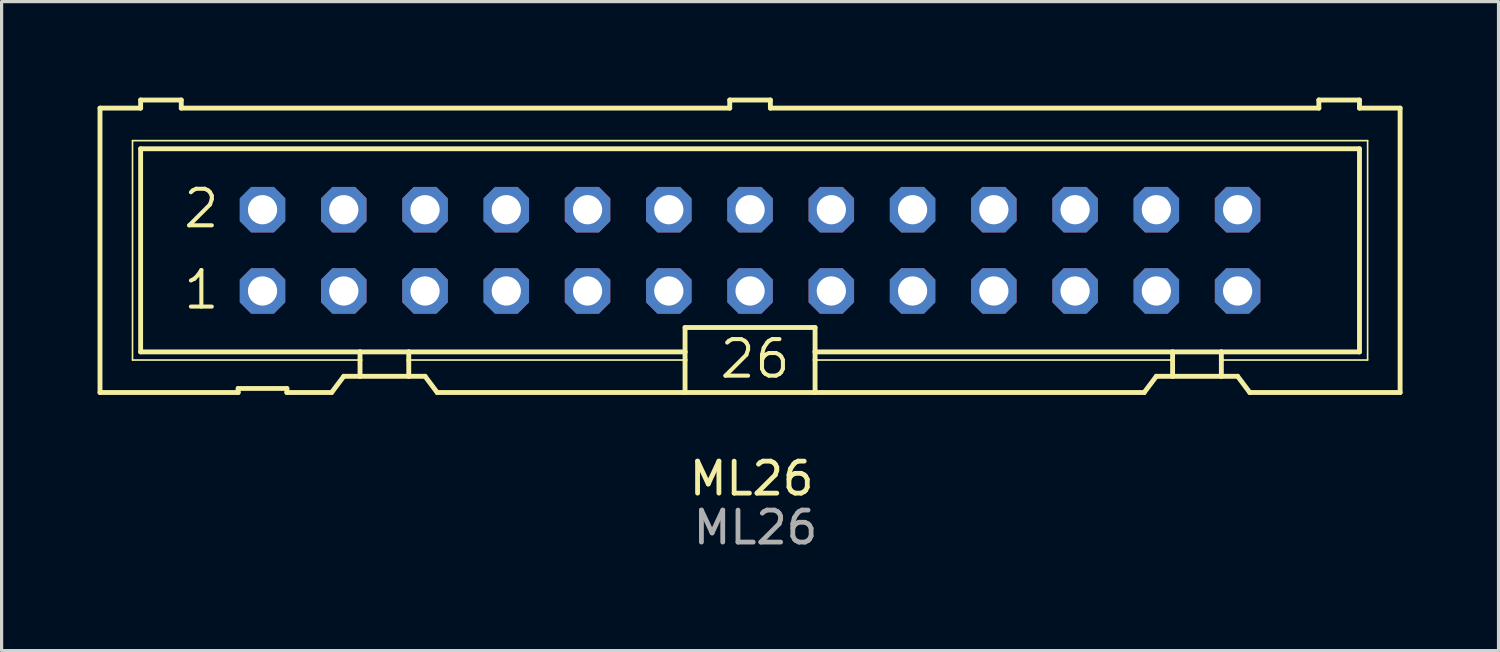
<source format=kicad_pcb>
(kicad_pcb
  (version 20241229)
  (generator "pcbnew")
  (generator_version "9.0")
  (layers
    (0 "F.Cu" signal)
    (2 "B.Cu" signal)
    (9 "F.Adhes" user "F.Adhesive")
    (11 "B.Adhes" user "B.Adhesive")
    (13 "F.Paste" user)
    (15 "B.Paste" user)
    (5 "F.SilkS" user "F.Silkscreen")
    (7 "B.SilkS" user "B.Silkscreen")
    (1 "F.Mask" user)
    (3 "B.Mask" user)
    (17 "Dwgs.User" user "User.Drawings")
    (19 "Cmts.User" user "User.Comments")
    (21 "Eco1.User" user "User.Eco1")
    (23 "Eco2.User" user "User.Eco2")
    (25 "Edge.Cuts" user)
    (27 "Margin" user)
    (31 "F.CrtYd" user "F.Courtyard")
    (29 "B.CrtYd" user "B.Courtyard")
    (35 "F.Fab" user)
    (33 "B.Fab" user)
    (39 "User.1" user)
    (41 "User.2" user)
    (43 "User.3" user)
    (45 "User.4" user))
  (footprint "ML26"
    (layer "F.Cu")
    (at 20.396 6.72)
    (property "Reference" "ML26" (at 0.05 5.19 0) (unlocked yes) (layer "F.SilkS") (effects (font (size 1 1) (thickness 0.15))))
    (attr smd)
    (fp_line (start -20.32 -6.39) (end -20.32 2.5) (stroke (width 0.152) (type solid)) (layer "F.SilkS"))
    (fp_line (start -20.32 -6.39) (end -19.05 -6.39) (stroke (width 0.152) (type solid)) (layer "F.SilkS"))
    (fp_line (start -20.32 2.5) (end -16.002 2.5) (stroke (width 0.152) (type solid)) (layer "F.SilkS"))
    (fp_line (start -19.304 -5.374) (end -19.304 1.484) (stroke (width 0.051) (type solid)) (layer "F.SilkS"))
    (fp_line (start -19.304 1.484) (end -12.192 1.484) (stroke (width 0.051) (type solid)) (layer "F.SilkS"))
    (fp_line (start -19.05 -6.644) (end -19.05 -6.39) (stroke (width 0.152) (type solid)) (layer "F.SilkS"))
    (fp_line (start -19.05 -5.12) (end -19.05 1.23) (stroke (width 0.152) (type solid)) (layer "F.SilkS"))
    (fp_line (start -19.05 -5.12) (end 19.05 -5.12) (stroke (width 0.152) (type solid)) (layer "F.SilkS"))
    (fp_line (start -17.78 -6.644) (end -19.05 -6.644) (stroke (width 0.152) (type solid)) (layer "F.SilkS"))
    (fp_line (start -17.78 -6.644) (end -17.78 -6.39) (stroke (width 0.152) (type solid)) (layer "F.SilkS"))
    (fp_line (start -17.78 -6.39) (end -0.635 -6.39) (stroke (width 0.152) (type solid)) (layer "F.SilkS"))
    (fp_line (start -16.002 2.373) (end -16.002 2.5) (stroke (width 0.152) (type solid)) (layer "F.SilkS"))
    (fp_line (start -16.002 2.373) (end -14.478 2.373) (stroke (width 0.152) (type solid)) (layer "F.SilkS"))
    (fp_line (start -14.478 2.5) (end -14.478 2.373) (stroke (width 0.152) (type solid)) (layer "F.SilkS"))
    (fp_line (start -14.478 2.5) (end -13.081 2.5) (stroke (width 0.152) (type solid)) (layer "F.SilkS"))
    (fp_line (start -13.081 2.5) (end -12.7 1.992) (stroke (width 0.152) (type solid)) (layer "F.SilkS"))
    (fp_line (start -12.192 1.23) (end -19.05 1.23) (stroke (width 0.152) (type solid)) (layer "F.SilkS"))
    (fp_line (start -12.192 1.23) (end -12.192 1.484) (stroke (width 0.152) (type solid)) (layer "F.SilkS"))
    (fp_line (start -12.192 1.484) (end -12.192 1.992) (stroke (width 0.152) (type solid)) (layer "F.SilkS"))
    (fp_line (start -12.192 1.992) (end -12.7 1.992) (stroke (width 0.152) (type solid)) (layer "F.SilkS"))
    (fp_line (start -10.668 1.23) (end -12.192 1.23) (stroke (width 0.152) (type solid)) (layer "F.SilkS"))
    (fp_line (start -10.668 1.23) (end -10.668 1.484) (stroke (width 0.152) (type solid)) (layer "F.SilkS"))
    (fp_line (start -10.668 1.484) (end -10.668 1.992) (stroke (width 0.152) (type solid)) (layer "F.SilkS"))
    (fp_line (start -10.668 1.484) (end -2.032 1.484) (stroke (width 0.051) (type solid)) (layer "F.SilkS"))
    (fp_line (start -10.668 1.992) (end -12.192 1.992) (stroke (width 0.152) (type solid)) (layer "F.SilkS"))
    (fp_line (start -10.16 1.992) (end -10.668 1.992) (stroke (width 0.152) (type solid)) (layer "F.SilkS"))
    (fp_line (start -10.16 1.992) (end -9.779 2.5) (stroke (width 0.152) (type solid)) (layer "F.SilkS"))
    (fp_line (start -9.779 2.5) (end -2.032 2.5) (stroke (width 0.152) (type solid)) (layer "F.SilkS"))
    (fp_line (start -2.032 1.23) (end -10.668 1.23) (stroke (width 0.152) (type solid)) (layer "F.SilkS"))
    (fp_line (start -2.032 1.23) (end -2.032 0.468) (stroke (width 0.152) (type solid)) (layer "F.SilkS"))
    (fp_line (start -2.032 1.23) (end -2.032 1.484) (stroke (width 0.152) (type solid)) (layer "F.SilkS"))
    (fp_line (start -2.032 1.484) (end -2.032 2.5) (stroke (width 0.152) (type solid)) (layer "F.SilkS"))
    (fp_line (start -0.635 -6.644) (end -0.635 -6.39) (stroke (width 0.152) (type solid)) (layer "F.SilkS"))
    (fp_line (start 0.635 -6.644) (end -0.635 -6.644) (stroke (width 0.152) (type solid)) (layer "F.SilkS"))
    (fp_line (start 0.635 -6.644) (end 0.635 -6.39) (stroke (width 0.152) (type solid)) (layer "F.SilkS"))
    (fp_line (start 0.635 -6.39) (end 17.78 -6.39) (stroke (width 0.152) (type solid)) (layer "F.SilkS"))
    (fp_line (start 2.032 0.468) (end -2.032 0.468) (stroke (width 0.152) (type solid)) (layer "F.SilkS"))
    (fp_line (start 2.032 0.468) (end 2.032 1.23) (stroke (width 0.152) (type solid)) (layer "F.SilkS"))
    (fp_line (start 2.032 1.23) (end 2.032 1.484) (stroke (width 0.152) (type solid)) (layer "F.SilkS"))
    (fp_line (start 2.032 1.484) (end 2.032 2.5) (stroke (width 0.152) (type solid)) (layer "F.SilkS"))
    (fp_line (start 2.032 2.5) (end -2.032 2.5) (stroke (width 0.152) (type solid)) (layer "F.SilkS"))
    (fp_line (start 12.319 2.5) (end 2.032 2.5) (stroke (width 0.152) (type solid)) (layer "F.SilkS"))
    (fp_line (start 12.319 2.5) (end 12.7 1.992) (stroke (width 0.152) (type solid)) (layer "F.SilkS"))
    (fp_line (start 13.208 1.23) (end 2.032 1.23) (stroke (width 0.152) (type solid)) (layer "F.SilkS"))
    (fp_line (start 13.208 1.23) (end 13.208 1.484) (stroke (width 0.152) (type solid)) (layer "F.SilkS"))
    (fp_line (start 13.208 1.484) (end 2.032 1.484) (stroke (width 0.051) (type solid)) (layer "F.SilkS"))
    (fp_line (start 13.208 1.484) (end 13.208 1.992) (stroke (width 0.152) (type solid)) (layer "F.SilkS"))
    (fp_line (start 13.208 1.992) (end 12.7 1.992) (stroke (width 0.152) (type solid)) (layer "F.SilkS"))
    (fp_line (start 14.732 1.23) (end 13.208 1.23) (stroke (width 0.152) (type solid)) (layer "F.SilkS"))
    (fp_line (start 14.732 1.23) (end 14.732 1.484) (stroke (width 0.152) (type solid)) (layer "F.SilkS"))
    (fp_line (start 14.732 1.484) (end 14.732 1.992) (stroke (width 0.152) (type solid)) (layer "F.SilkS"))
    (fp_line (start 14.732 1.484) (end 19.304 1.484) (stroke (width 0.051) (type solid)) (layer "F.SilkS"))
    (fp_line (start 14.732 1.992) (end 13.208 1.992) (stroke (width 0.152) (type solid)) (layer "F.SilkS"))
    (fp_line (start 15.24 1.992) (end 14.732 1.992) (stroke (width 0.152) (type solid)) (layer "F.SilkS"))
    (fp_line (start 15.24 1.992) (end 15.621 2.5) (stroke (width 0.152) (type solid)) (layer "F.SilkS"))
    (fp_line (start 17.78 -6.39) (end 17.78 -6.644) (stroke (width 0.152) (type solid)) (layer "F.SilkS"))
    (fp_line (start 19.05 -6.644) (end 17.78 -6.644) (stroke (width 0.152) (type solid)) (layer "F.SilkS"))
    (fp_line (start 19.05 -6.39) (end 19.05 -6.644) (stroke (width 0.152) (type solid)) (layer "F.SilkS"))
    (fp_line (start 19.05 -6.39) (end 20.32 -6.39) (stroke (width 0.152) (type solid)) (layer "F.SilkS"))
    (fp_line (start 19.05 1.23) (end 14.732 1.23) (stroke (width 0.152) (type solid)) (layer "F.SilkS"))
    (fp_line (start 19.05 1.23) (end 19.05 -5.12) (stroke (width 0.152) (type solid)) (layer "F.SilkS"))
    (fp_line (start 19.304 -5.374) (end -19.304 -5.374) (stroke (width 0.051) (type solid)) (layer "F.SilkS"))
    (fp_line (start 19.304 1.484) (end 19.304 -5.374) (stroke (width 0.051) (type solid)) (layer "F.SilkS"))
    (fp_line (start 20.32 2.5) (end 15.621 2.5) (stroke (width 0.152) (type solid)) (layer "F.SilkS"))
    (fp_line (start 20.32 2.5) (end 20.32 -6.39) (stroke (width 0.152) (type solid)) (layer "F.SilkS"))
    (fp_poly (pts (xy -15.494 -2.961) (xy -14.986 -2.961) (xy -14.986 -3.469) (xy -15.494 -3.469)) (stroke (width 0.1) (type solid)) (fill no) (layer "F.Fab"))
    (fp_poly (pts (xy -15.494 -0.421) (xy -14.986 -0.421) (xy -14.986 -0.929) (xy -15.494 -0.929)) (stroke (width 0.1) (type solid)) (fill no) (layer "F.Fab"))
    (fp_poly (pts (xy -12.954 -2.961) (xy -12.446 -2.961) (xy -12.446 -3.469) (xy -12.954 -3.469)) (stroke (width 0.1) (type solid)) (fill no) (layer "F.Fab"))
    (fp_poly (pts (xy -12.954 -0.421) (xy -12.446 -0.421) (xy -12.446 -0.929) (xy -12.954 -0.929)) (stroke (width 0.1) (type solid)) (fill no) (layer "F.Fab"))
    (fp_poly (pts (xy -10.414 -2.961) (xy -9.906 -2.961) (xy -9.906 -3.469) (xy -10.414 -3.469)) (stroke (width 0.1) (type solid)) (fill no) (layer "F.Fab"))
    (fp_poly (pts (xy -10.414 -0.421) (xy -9.906 -0.421) (xy -9.906 -0.929) (xy -10.414 -0.929)) (stroke (width 0.1) (type solid)) (fill no) (layer "F.Fab"))
    (fp_poly (pts (xy -7.874 -2.961) (xy -7.366 -2.961) (xy -7.366 -3.469) (xy -7.874 -3.469)) (stroke (width 0.1) (type solid)) (fill no) (layer "F.Fab"))
    (fp_poly (pts (xy -7.874 -0.421) (xy -7.366 -0.421) (xy -7.366 -0.929) (xy -7.874 -0.929)) (stroke (width 0.1) (type solid)) (fill no) (layer "F.Fab"))
    (fp_poly (pts (xy -5.334 -2.961) (xy -4.826 -2.961) (xy -4.826 -3.469) (xy -5.334 -3.469)) (stroke (width 0.1) (type solid)) (fill no) (layer "F.Fab"))
    (fp_poly (pts (xy -5.334 -0.421) (xy -4.826 -0.421) (xy -4.826 -0.929) (xy -5.334 -0.929)) (stroke (width 0.1) (type solid)) (fill no) (layer "F.Fab"))
    (fp_poly (pts (xy -2.794 -2.961) (xy -2.286 -2.961) (xy -2.286 -3.469) (xy -2.794 -3.469)) (stroke (width 0.1) (type solid)) (fill no) (layer "F.Fab"))
    (fp_poly (pts (xy -2.794 -0.421) (xy -2.286 -0.421) (xy -2.286 -0.929) (xy -2.794 -0.929)) (stroke (width 0.1) (type solid)) (fill no) (layer "F.Fab"))
    (fp_poly (pts (xy -0.254 -2.961) (xy 0.254 -2.961) (xy 0.254 -3.469) (xy -0.254 -3.469)) (stroke (width 0.1) (type solid)) (fill no) (layer "F.Fab"))
    (fp_poly (pts (xy -0.254 -0.421) (xy 0.254 -0.421) (xy 0.254 -0.929) (xy -0.254 -0.929)) (stroke (width 0.1) (type solid)) (fill no) (layer "F.Fab"))
    (fp_poly (pts (xy 2.286 -2.961) (xy 2.794 -2.961) (xy 2.794 -3.469) (xy 2.286 -3.469)) (stroke (width 0.1) (type solid)) (fill no) (layer "F.Fab"))
    (fp_poly (pts (xy 2.286 -0.421) (xy 2.794 -0.421) (xy 2.794 -0.929) (xy 2.286 -0.929)) (stroke (width 0.1) (type solid)) (fill no) (layer "F.Fab"))
    (fp_poly (pts (xy 4.826 -2.961) (xy 5.334 -2.961) (xy 5.334 -3.469) (xy 4.826 -3.469)) (stroke (width 0.1) (type solid)) (fill no) (layer "F.Fab"))
    (fp_poly (pts (xy 4.826 -0.421) (xy 5.334 -0.421) (xy 5.334 -0.929) (xy 4.826 -0.929)) (stroke (width 0.1) (type solid)) (fill no) (layer "F.Fab"))
    (fp_poly (pts (xy 7.366 -2.961) (xy 7.874 -2.961) (xy 7.874 -3.469) (xy 7.366 -3.469)) (stroke (width 0.1) (type solid)) (fill no) (layer "F.Fab"))
    (fp_poly (pts (xy 7.366 -0.421) (xy 7.874 -0.421) (xy 7.874 -0.929) (xy 7.366 -0.929)) (stroke (width 0.1) (type solid)) (fill no) (layer "F.Fab"))
    (fp_poly (pts (xy 9.906 -2.961) (xy 10.414 -2.961) (xy 10.414 -3.469) (xy 9.906 -3.469)) (stroke (width 0.1) (type solid)) (fill no) (layer "F.Fab"))
    (fp_poly (pts (xy 9.906 -0.421) (xy 10.414 -0.421) (xy 10.414 -0.929) (xy 9.906 -0.929)) (stroke (width 0.1) (type solid)) (fill no) (layer "F.Fab"))
    (fp_poly (pts (xy 12.446 -2.961) (xy 12.954 -2.961) (xy 12.954 -3.469) (xy 12.446 -3.469)) (stroke (width 0.1) (type solid)) (fill no) (layer "F.Fab"))
    (fp_poly (pts (xy 12.446 -0.421) (xy 12.954 -0.421) (xy 12.954 -0.929) (xy 12.446 -0.929)) (stroke (width 0.1) (type solid)) (fill no) (layer "F.Fab"))
    (fp_poly (pts (xy 14.986 -2.961) (xy 15.494 -2.961) (xy 15.494 -3.469) (xy 14.986 -3.469)) (stroke (width 0.1) (type solid)) (fill no) (layer "F.Fab"))
    (fp_poly (pts (xy 14.986 -0.421) (xy 15.494 -0.421) (xy 15.494 -0.929) (xy 14.986 -0.929)) (stroke (width 0.1) (type solid)) (fill no) (layer "F.Fab"))
    (fp_text user "26" (at -1.016 2.119 0) (layer "F.SilkS") (effects (font (size 1.143 1.143) (thickness 0.127)) (justify left bottom)))
    (fp_text user "2" (at -17.78 -2.58 0) (layer "F.SilkS") (effects (font (size 1.143 1.143) (thickness 0.127)) (justify left bottom)))
    (fp_text user "1" (at -17.78 -0.04 0) (layer "F.SilkS") (effects (font (size 1.143 1.143) (thickness 0.127)) (justify left bottom)))
    (fp_text user "${REFERENCE}" (at 0.17 6.72 0) (unlocked yes) (layer "F.Fab") (effects (font (size 1 1) (thickness 0.15))))
    (pad "1" thru_hole roundrect (at -15.24 -0.675) (size 1.422 1.422) (drill 0.914) (layers "*.Cu" "*.Mask") (roundrect_rratio 0.25) (chamfer_ratio 0.25) (chamfer top_left top_right bottom_left bottom_right))
    (pad "2" thru_hole roundrect (at -15.24 -3.215) (size 1.422 1.422) (drill 0.914) (layers "*.Cu" "*.Mask") (roundrect_rratio 0.25) (chamfer_ratio 0.25) (chamfer top_left top_right bottom_left bottom_right))
    (pad "3" thru_hole roundrect (at -12.7 -0.675) (size 1.422 1.422) (drill 0.914) (layers "*.Cu" "*.Mask") (roundrect_rratio 0.25) (chamfer_ratio 0.25) (chamfer top_left top_right bottom_left bottom_right))
    (pad "4" thru_hole roundrect (at -12.7 -3.215) (size 1.422 1.422) (drill 0.914) (layers "*.Cu" "*.Mask") (roundrect_rratio 0.25) (chamfer_ratio 0.25) (chamfer top_left top_right bottom_left bottom_right))
    (pad "5" thru_hole roundrect (at -10.16 -0.675) (size 1.422 1.422) (drill 0.914) (layers "*.Cu" "*.Mask") (roundrect_rratio 0.25) (chamfer_ratio 0.25) (chamfer top_left top_right bottom_left bottom_right))
    (pad "6" thru_hole roundrect (at -10.16 -3.215) (size 1.422 1.422) (drill 0.914) (layers "*.Cu" "*.Mask") (roundrect_rratio 0.25) (chamfer_ratio 0.25) (chamfer top_left top_right bottom_left bottom_right))
    (pad "7" thru_hole roundrect (at -7.62 -0.675) (size 1.422 1.422) (drill 0.914) (layers "*.Cu" "*.Mask") (roundrect_rratio 0.25) (chamfer_ratio 0.25) (chamfer top_left top_right bottom_left bottom_right))
    (pad "8" thru_hole roundrect (at -7.62 -3.215) (size 1.422 1.422) (drill 0.914) (layers "*.Cu" "*.Mask") (roundrect_rratio 0.25) (chamfer_ratio 0.25) (chamfer top_left top_right bottom_left bottom_right))
    (pad "9" thru_hole roundrect (at -5.08 -0.675) (size 1.422 1.422) (drill 0.914) (layers "*.Cu" "*.Mask") (roundrect_rratio 0.25) (chamfer_ratio 0.25) (chamfer top_left top_right bottom_left bottom_right))
    (pad "10" thru_hole roundrect (at -5.08 -3.215) (size 1.422 1.422) (drill 0.914) (layers "*.Cu" "*.Mask") (roundrect_rratio 0.25) (chamfer_ratio 0.25) (chamfer top_left top_right bottom_left bottom_right))
    (pad "11" thru_hole roundrect (at -2.54 -0.675) (size 1.422 1.422) (drill 0.914) (layers "*.Cu" "*.Mask") (roundrect_rratio 0.25) (chamfer_ratio 0.25) (chamfer top_left top_right bottom_left bottom_right))
    (pad "12" thru_hole roundrect (at -2.54 -3.215) (size 1.422 1.422) (drill 0.914) (layers "*.Cu" "*.Mask") (roundrect_rratio 0.25) (chamfer_ratio 0.25) (chamfer top_left top_right bottom_left bottom_right))
    (pad "13" thru_hole roundrect (at 0 -0.675) (size 1.422 1.422) (drill 0.914) (layers "*.Cu" "*.Mask") (roundrect_rratio 0.25) (chamfer_ratio 0.25) (chamfer top_left top_right bottom_left bottom_right))
    (pad "14" thru_hole roundrect (at 0 -3.215) (size 1.422 1.422) (drill 0.914) (layers "*.Cu" "*.Mask") (roundrect_rratio 0.25) (chamfer_ratio 0.25) (chamfer top_left top_right bottom_left bottom_right))
    (pad "15" thru_hole roundrect (at 2.54 -0.675) (size 1.422 1.422) (drill 0.914) (layers "*.Cu" "*.Mask") (roundrect_rratio 0.25) (chamfer_ratio 0.25) (chamfer top_left top_right bottom_left bottom_right))
    (pad "16" thru_hole roundrect (at 2.54 -3.215) (size 1.422 1.422) (drill 0.914) (layers "*.Cu" "*.Mask") (roundrect_rratio 0.25) (chamfer_ratio 0.25) (chamfer top_left top_right bottom_left bottom_right))
    (pad "17" thru_hole roundrect (at 5.08 -0.675) (size 1.422 1.422) (drill 0.914) (layers "*.Cu" "*.Mask") (roundrect_rratio 0.25) (chamfer_ratio 0.25) (chamfer top_left top_right bottom_left bottom_right))
    (pad "18" thru_hole roundrect (at 5.08 -3.215) (size 1.422 1.422) (drill 0.914) (layers "*.Cu" "*.Mask") (roundrect_rratio 0.25) (chamfer_ratio 0.25) (chamfer top_left top_right bottom_left bottom_right))
    (pad "19" thru_hole roundrect (at 7.62 -0.675) (size 1.422 1.422) (drill 0.914) (layers "*.Cu" "*.Mask") (roundrect_rratio 0.25) (chamfer_ratio 0.25) (chamfer top_left top_right bottom_left bottom_right))
    (pad "20" thru_hole roundrect (at 7.62 -3.215) (size 1.422 1.422) (drill 0.914) (layers "*.Cu" "*.Mask") (roundrect_rratio 0.25) (chamfer_ratio 0.25) (chamfer top_left top_right bottom_left bottom_right))
    (pad "21" thru_hole roundrect (at 10.16 -0.675) (size 1.422 1.422) (drill 0.914) (layers "*.Cu" "*.Mask") (roundrect_rratio 0.25) (chamfer_ratio 0.25) (chamfer top_left top_right bottom_left bottom_right))
    (pad "22" thru_hole roundrect (at 10.16 -3.215) (size 1.422 1.422) (drill 0.914) (layers "*.Cu" "*.Mask") (roundrect_rratio 0.25) (chamfer_ratio 0.25) (chamfer top_left top_right bottom_left bottom_right))
    (pad "23" thru_hole roundrect (at 12.7 -0.675) (size 1.422 1.422) (drill 0.914) (layers "*.Cu" "*.Mask") (roundrect_rratio 0.25) (chamfer_ratio 0.25) (chamfer top_left top_right bottom_left bottom_right))
    (pad "24" thru_hole roundrect (at 12.7 -3.215) (size 1.422 1.422) (drill 0.914) (layers "*.Cu" "*.Mask") (roundrect_rratio 0.25) (chamfer_ratio 0.25) (chamfer top_left top_right bottom_left bottom_right))
    (pad "25" thru_hole roundrect (at 15.24 -0.675) (size 1.422 1.422) (drill 0.914) (layers "*.Cu" "*.Mask") (roundrect_rratio 0.25) (chamfer_ratio 0.25) (chamfer top_left top_right bottom_left bottom_right))
    (pad "26" thru_hole roundrect (at 15.24 -3.215) (size 1.422 1.422) (drill 0.914) (layers "*.Cu" "*.Mask") (roundrect_rratio 0.25) (chamfer_ratio 0.25) (chamfer top_left top_right bottom_left bottom_right)))
  (gr_rect
    (start -3 -3)
    (end 43.792 17.288)
    (stroke (width 0.1) (type default))
    (fill no)
    (layer "Edge.Cuts")))
</source>
